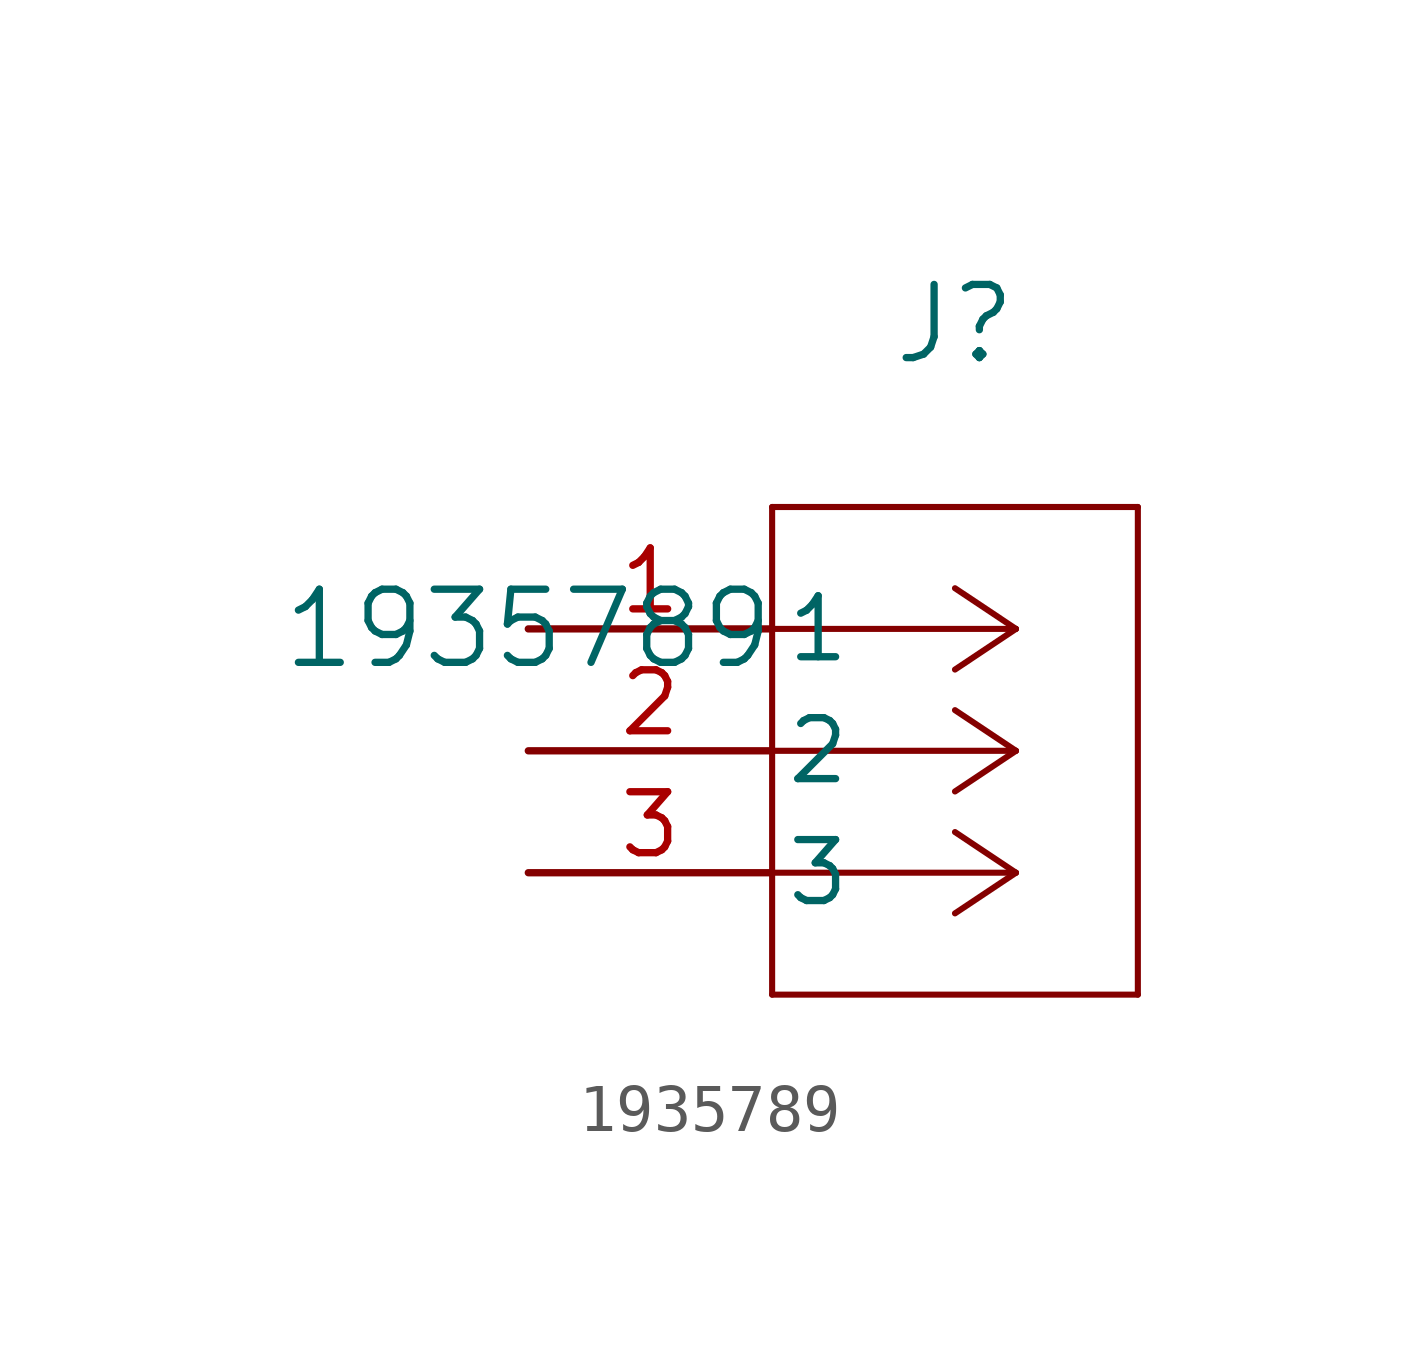
<source format=kicad_sym>
(kicad_symbol_lib
  (version 20211014)
  (generator kicad_symbol_editor)
  (symbol "1935789"
    (pin_names
      (offset 0.254))
    (property "Reference" "J"
      (at 8.89 6.35 0)
      (effects (font (size 1.524 1.524))))
    (property "Value" "1935789"
      (at 0 0 0)
      (effects (font (size 1.524 1.524))))
    (symbol "1935789_0_1"
      (polyline (pts (xy 10.16 0) (xy 5.08 0)) (stroke (width 0.127) (type default) (color 0 0 0 0)) (fill (type none)))
      (polyline (pts (xy 10.16 -2.54) (xy 5.08 -2.54)) (stroke (width 0.127) (type default) (color 0 0 0 0)) (fill (type none)))
      (polyline (pts (xy 10.16 -5.08) (xy 5.08 -5.08)) (stroke (width 0.127) (type default) (color 0 0 0 0)) (fill (type none)))
      (polyline (pts (xy 10.16 0) (xy 8.89 0.847)) (stroke (width 0.127) (type default) (color 0 0 0 0)) (fill (type none)))
      (polyline (pts (xy 10.16 -2.54) (xy 8.89 -1.693)) (stroke (width 0.127) (type default) (color 0 0 0 0)) (fill (type none)))
      (polyline (pts (xy 10.16 -5.08) (xy 8.89 -4.233)) (stroke (width 0.127) (type default) (color 0 0 0 0)) (fill (type none)))
      (polyline (pts (xy 10.16 0) (xy 8.89 -0.847)) (stroke (width 0.127) (type default) (color 0 0 0 0)) (fill (type none)))
      (polyline (pts (xy 10.16 -2.54) (xy 8.89 -3.387)) (stroke (width 0.127) (type default) (color 0 0 0 0)) (fill (type none)))
      (polyline (pts (xy 10.16 -5.08) (xy 8.89 -5.927)) (stroke (width 0.127) (type default) (color 0 0 0 0)) (fill (type none)))
      (polyline (pts (xy 5.08 2.54) (xy 5.08 -7.62)) (stroke (width 0.127) (type default) (color 0 0 0 0)) (fill (type none)))
      (polyline (pts (xy 5.08 -7.62) (xy 12.7 -7.62)) (stroke (width 0.127) (type default) (color 0 0 0 0)) (fill (type none)))
      (polyline (pts (xy 12.7 -7.62) (xy 12.7 2.54)) (stroke (width 0.127) (type default) (color 0 0 0 0)) (fill (type none)))
      (polyline (pts (xy 12.7 2.54) (xy 5.08 2.54)) (stroke (width 0.127) (type default) (color 0 0 0 0)) (fill (type none)))
      (pin unspecified line (at 0 0 0) (length 5.08) (name "1" (effects (font (size 1.27 1.27)))) (number "1" (effects (font (size 1.27 1.27)))))
      (pin unspecified line (at 0 -2.54 0) (length 5.08) (name "2" (effects (font (size 1.27 1.27)))) (number "2" (effects (font (size 1.27 1.27)))))
      (pin unspecified line (at 0 -5.08 0) (length 5.08) (name "3" (effects (font (size 1.27 1.27)))) (number "3" (effects (font (size 1.27 1.27))))))))
</source>
